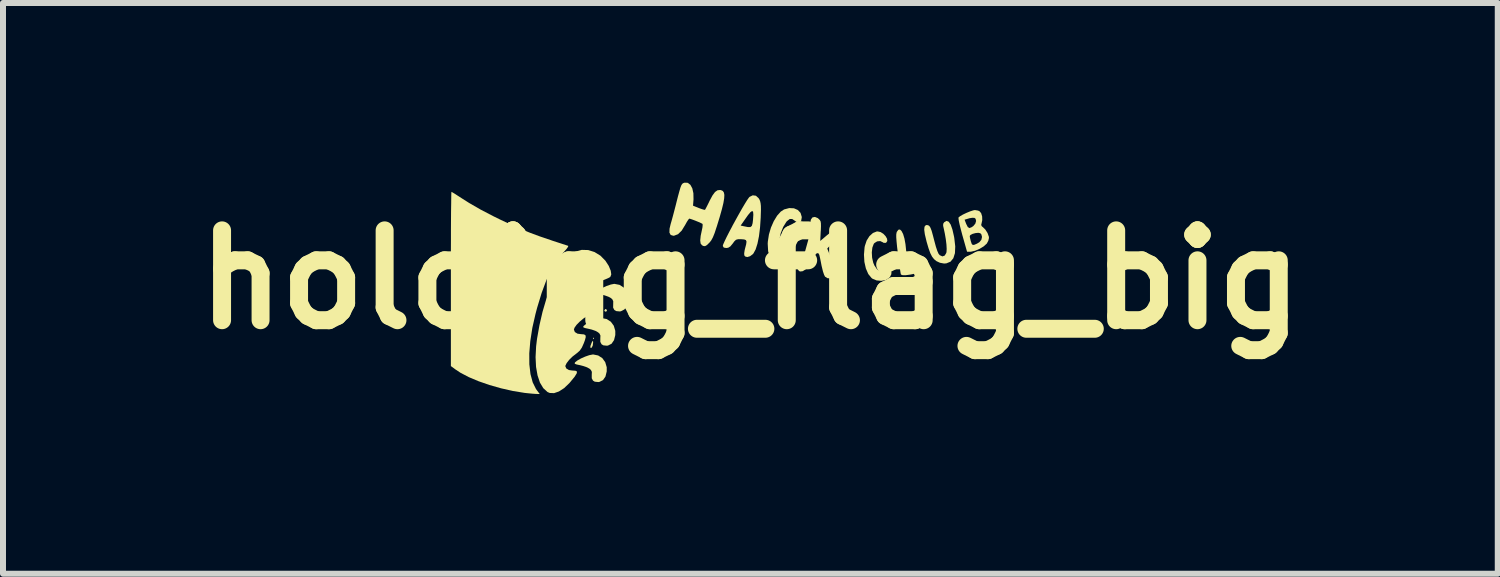
<source format=kicad_pcb>
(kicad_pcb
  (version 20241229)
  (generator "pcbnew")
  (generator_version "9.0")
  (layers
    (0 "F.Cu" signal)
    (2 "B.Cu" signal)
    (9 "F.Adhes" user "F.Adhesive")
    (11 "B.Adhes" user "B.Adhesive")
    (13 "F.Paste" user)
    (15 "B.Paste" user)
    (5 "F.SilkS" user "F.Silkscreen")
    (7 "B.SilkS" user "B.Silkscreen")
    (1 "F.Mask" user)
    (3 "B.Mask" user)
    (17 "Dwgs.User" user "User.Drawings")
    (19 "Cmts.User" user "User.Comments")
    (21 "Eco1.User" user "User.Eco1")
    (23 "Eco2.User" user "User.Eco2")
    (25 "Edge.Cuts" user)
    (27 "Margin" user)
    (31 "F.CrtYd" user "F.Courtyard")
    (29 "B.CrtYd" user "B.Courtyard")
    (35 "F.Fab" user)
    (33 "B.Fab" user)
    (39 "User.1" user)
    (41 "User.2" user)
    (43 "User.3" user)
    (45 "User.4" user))
  (footprint "holding_flag_big"
    (layer "F.Cu")
    (at 9.479 1.618)
    (property "Reference" "holding_flag_big" (at 0 0 0) (layer "F.SilkS") (effects (font (size 1.5 1.5) (thickness 0.3))))
    (attr board_only exclude_from_pos_files exclude_from_bom)
    (fp_poly (pts (xy -2.614 0.971) (xy -2.612 0.992) (xy -2.614 0.994) (xy -2.624 0.992) (xy -2.626 0.982) (xy -2.619 0.968)) (stroke (width 0) (type solid)) (fill yes) (layer "F.SilkS"))
    (fp_poly (pts (xy -2.41 0.492) (xy -2.394 0.515) (xy -2.406 0.533) (xy -2.42 0.536) (xy -2.438 0.524) (xy -2.436 0.509) (xy -2.419 0.491)) (stroke (width 0) (type solid)) (fill yes) (layer "F.SilkS"))
    (fp_poly (pts (xy -2.626 1.041) (xy -2.626 1.048) (xy -2.632 1.1) (xy -2.649 1.135) (xy -2.665 1.143) (xy -2.673 1.129) (xy -2.669 1.103) (xy -2.653 1.059) (xy -2.642 1.036) (xy -2.63 1.022)) (stroke (width 0) (type solid)) (fill yes) (layer "F.SilkS"))
    (fp_poly (pts (xy -2.542 1.267) (xy -2.473 1.311) (xy -2.424 1.379) (xy -2.399 1.463) (xy -2.399 1.533) (xy -2.42 1.619) (xy -2.461 1.678) (xy -2.52 1.708) (xy -2.538 1.711) (xy -2.598 1.705) (xy -2.628 1.687) (xy -2.649 1.648) (xy -2.649 1.591) (xy -2.647 1.541) (xy -2.663 1.509) (xy -2.686 1.488) (xy -2.728 1.465) (xy -2.791 1.443) (xy -2.841 1.43) (xy -2.899 1.418) (xy -2.929 1.407) (xy -2.935 1.395) (xy -2.926 1.38) (xy -2.889 1.351) (xy -2.829 1.317) (xy -2.759 1.286) (xy -2.69 1.262) (xy -2.634 1.251) (xy -2.626 1.25)) (stroke (width 0) (type solid)) (fill yes) (layer "F.SilkS"))
    (fp_poly (pts (xy -2.399 0.659) (xy -2.33 0.704) (xy -2.281 0.771) (xy -2.256 0.856) (xy -2.256 0.926) (xy -2.277 1.011) (xy -2.318 1.071) (xy -2.377 1.101) (xy -2.395 1.104) (xy -2.455 1.098) (xy -2.485 1.08) (xy -2.506 1.04) (xy -2.506 0.983) (xy -2.504 0.934) (xy -2.52 0.901) (xy -2.543 0.881) (xy -2.585 0.857) (xy -2.648 0.835) (xy -2.698 0.823) (xy -2.757 0.81) (xy -2.786 0.8) (xy -2.792 0.787) (xy -2.783 0.773) (xy -2.746 0.743) (xy -2.686 0.71) (xy -2.616 0.679) (xy -2.547 0.655) (xy -2.491 0.643) (xy -2.483 0.643)) (stroke (width 0) (type solid)) (fill yes) (layer "F.SilkS"))
    (fp_poly (pts (xy -2.185 0.088) (xy -2.116 0.132) (xy -2.067 0.2) (xy -2.042 0.284) (xy -2.041 0.354) (xy -2.063 0.44) (xy -2.104 0.499) (xy -2.162 0.529) (xy -2.181 0.532) (xy -2.241 0.526) (xy -2.271 0.508) (xy -2.292 0.469) (xy -2.291 0.412) (xy -2.29 0.362) (xy -2.305 0.33) (xy -2.328 0.309) (xy -2.371 0.286) (xy -2.433 0.264) (xy -2.483 0.251) (xy -2.542 0.239) (xy -2.572 0.228) (xy -2.578 0.216) (xy -2.569 0.201) (xy -2.532 0.172) (xy -2.472 0.139) (xy -2.401 0.107) (xy -2.332 0.083) (xy -2.277 0.072) (xy -2.268 0.072)) (stroke (width 0) (type solid)) (fill yes) (layer "F.SilkS"))
    (fp_poly (pts (xy 2.524 -0.81) (xy 2.55 -0.759) (xy 2.572 -0.685) (xy 2.589 -0.591) (xy 2.6 -0.487) (xy 2.605 -0.407) (xy 2.612 -0.334) (xy 2.618 -0.28) (xy 2.619 -0.27) (xy 2.628 -0.21) (xy 2.721 -0.22) (xy 2.79 -0.229) (xy 2.858 -0.239) (xy 2.88 -0.243) (xy 2.927 -0.247) (xy 2.951 -0.238) (xy 2.958 -0.224) (xy 2.959 -0.19) (xy 2.931 -0.161) (xy 2.873 -0.133) (xy 2.781 -0.107) (xy 2.775 -0.105) (xy 2.673 -0.084) (xy 2.592 -0.073) (xy 2.537 -0.074) (xy 2.513 -0.085) (xy 2.508 -0.106) (xy 2.5 -0.157) (xy 2.489 -0.232) (xy 2.477 -0.324) (xy 2.464 -0.424) (xy 2.449 -0.546) (xy 2.44 -0.638) (xy 2.435 -0.705) (xy 2.435 -0.751) (xy 2.44 -0.782) (xy 2.444 -0.796) (xy 2.47 -0.832) (xy 2.497 -0.836)) (stroke (width 0) (type solid)) (fill yes) (layer "F.SilkS"))
    (fp_poly (pts (xy 0.727 -1.19) (xy 0.792 -1.162) (xy 0.837 -1.114) (xy 0.857 -1.048) (xy 0.857 -1.036) (xy 0.847 -0.979) (xy 0.819 -0.952) (xy 0.778 -0.956) (xy 0.743 -0.981) (xy 0.697 -1.012) (xy 0.656 -1.011) (xy 0.612 -0.977) (xy 0.601 -0.965) (xy 0.548 -0.88) (xy 0.506 -0.774) (xy 0.481 -0.658) (xy 0.475 -0.587) (xy 0.48 -0.501) (xy 0.499 -0.443) (xy 0.537 -0.405) (xy 0.598 -0.382) (xy 0.604 -0.38) (xy 0.657 -0.357) (xy 0.677 -0.323) (xy 0.662 -0.281) (xy 0.633 -0.252) (xy 0.577 -0.221) (xy 0.518 -0.219) (xy 0.454 -0.24) (xy 0.379 -0.291) (xy 0.326 -0.369) (xy 0.296 -0.473) (xy 0.289 -0.6) (xy 0.291 -0.634) (xy 0.309 -0.752) (xy 0.343 -0.868) (xy 0.39 -0.975) (xy 0.446 -1.067) (xy 0.507 -1.135) (xy 0.562 -1.171) (xy 0.648 -1.194)) (stroke (width 0) (type solid)) (fill yes) (layer "F.SilkS"))
    (fp_poly (pts (xy 2.174 -0.793) (xy 2.22 -0.764) (xy 2.257 -0.725) (xy 2.281 -0.683) (xy 2.286 -0.645) (xy 2.267 -0.617) (xy 2.258 -0.613) (xy 2.223 -0.614) (xy 2.21 -0.623) (xy 2.167 -0.643) (xy 2.116 -0.638) (xy 2.071 -0.61) (xy 2.059 -0.595) (xy 2.036 -0.534) (xy 2.027 -0.454) (xy 2.032 -0.365) (xy 2.051 -0.281) (xy 2.07 -0.236) (xy 2.113 -0.173) (xy 2.162 -0.142) (xy 2.225 -0.142) (xy 2.247 -0.147) (xy 2.295 -0.155) (xy 2.331 -0.154) (xy 2.333 -0.154) (xy 2.355 -0.129) (xy 2.353 -0.09) (xy 2.33 -0.044) (xy 2.314 -0.026) (xy 2.257 0.008) (xy 2.184 0.021) (xy 2.107 0.014) (xy 2.039 -0.014) (xy 2.022 -0.027) (xy 1.968 -0.093) (xy 1.928 -0.185) (xy 1.903 -0.295) (xy 1.896 -0.415) (xy 1.906 -0.537) (xy 1.911 -0.562) (xy 1.941 -0.652) (xy 1.988 -0.726) (xy 2.046 -0.778) (xy 2.109 -0.803) (xy 2.125 -0.804)) (stroke (width 0) (type solid)) (fill yes) (layer "F.SilkS"))
    (fp_poly (pts (xy 3.311 -0.966) (xy 3.344 -0.918) (xy 3.373 -0.835) (xy 3.4 -0.717) (xy 3.404 -0.693) (xy 3.42 -0.554) (xy 3.415 -0.441) (xy 3.388 -0.356) (xy 3.341 -0.299) (xy 3.272 -0.271) (xy 3.233 -0.268) (xy 3.164 -0.281) (xy 3.106 -0.308) (xy 3.066 -0.341) (xy 3.033 -0.383) (xy 3.003 -0.442) (xy 2.974 -0.523) (xy 2.942 -0.632) (xy 2.938 -0.649) (xy 2.912 -0.757) (xy 2.902 -0.834) (xy 2.907 -0.883) (xy 2.928 -0.908) (xy 2.945 -0.911) (xy 2.969 -0.907) (xy 2.989 -0.893) (xy 3.007 -0.864) (xy 3.026 -0.814) (xy 3.047 -0.738) (xy 3.069 -0.653) (xy 3.097 -0.549) (xy 3.121 -0.477) (xy 3.142 -0.43) (xy 3.162 -0.407) (xy 3.206 -0.387) (xy 3.244 -0.401) (xy 3.27 -0.444) (xy 3.274 -0.461) (xy 3.277 -0.512) (xy 3.273 -0.587) (xy 3.262 -0.676) (xy 3.246 -0.769) (xy 3.23 -0.844) (xy 3.218 -0.898) (xy 3.219 -0.931) (xy 3.233 -0.954) (xy 3.237 -0.958) (xy 3.275 -0.98)) (stroke (width 0) (type solid)) (fill yes) (layer "F.SilkS"))
    (fp_poly (pts (xy 1.124 -1.027) (xy 1.138 -1.015) (xy 1.159 -0.994) (xy 1.172 -0.971) (xy 1.177 -0.939) (xy 1.178 -0.888) (xy 1.175 -0.811) (xy 1.174 -0.809) (xy 1.166 -0.645) (xy 1.279 -0.741) (xy 1.359 -0.805) (xy 1.418 -0.842) (xy 1.458 -0.853) (xy 1.482 -0.841) (xy 1.482 -0.84) (xy 1.49 -0.799) (xy 1.47 -0.744) (xy 1.421 -0.673) (xy 1.381 -0.626) (xy 1.283 -0.518) (xy 1.331 -0.398) (xy 1.361 -0.31) (xy 1.382 -0.221) (xy 1.391 -0.142) (xy 1.389 -0.08) (xy 1.376 -0.045) (xy 1.336 -0.021) (xy 1.287 -0.023) (xy 1.246 -0.049) (xy 1.23 -0.081) (xy 1.211 -0.137) (xy 1.194 -0.207) (xy 1.188 -0.232) (xy 1.174 -0.305) (xy 1.161 -0.368) (xy 1.151 -0.409) (xy 1.149 -0.416) (xy 1.132 -0.442) (xy 1.106 -0.438) (xy 1.078 -0.406) (xy 1.058 -0.366) (xy 1.02 -0.288) (xy 0.973 -0.221) (xy 0.922 -0.17) (xy 0.873 -0.14) (xy 0.83 -0.135) (xy 0.811 -0.144) (xy 0.79 -0.173) (xy 0.791 -0.213) (xy 0.814 -0.269) (xy 0.833 -0.304) (xy 0.914 -0.475) (xy 0.965 -0.659) (xy 0.985 -0.795) (xy 0.993 -0.874) (xy 1.001 -0.942) (xy 1.007 -0.989) (xy 1.011 -1.004) (xy 1.036 -1.038) (xy 1.077 -1.046)) (stroke (width 0) (type solid)) (fill yes) (layer "F.SilkS"))
    (fp_poly (pts (xy -4.973 -1.455) (xy -4.933 -1.431) (xy -4.881 -1.397) (xy -4.88 -1.396) (xy -4.699 -1.281) (xy -4.505 -1.169) (xy -4.288 -1.056) (xy -4.176 -1.001) (xy -3.996 -0.916) (xy -3.833 -0.844) (xy -3.678 -0.781) (xy -3.516 -0.721) (xy -3.336 -0.66) (xy -3.305 -0.649) (xy -3.216 -0.62) (xy -3.139 -0.595) (xy -3.081 -0.576) (xy -3.047 -0.565) (xy -3.042 -0.563) (xy -3.044 -0.548) (xy -3.068 -0.514) (xy -3.108 -0.468) (xy -3.133 -0.441) (xy -3.229 -0.325) (xy -3.32 -0.176) (xy -3.405 0.006) (xy -3.485 0.221) (xy -3.561 0.471) (xy -3.588 0.573) (xy -3.641 0.806) (xy -3.675 1.026) (xy -3.692 1.23) (xy -3.691 1.415) (xy -3.672 1.578) (xy -3.635 1.716) (xy -3.58 1.827) (xy -3.564 1.849) (xy -3.517 1.911) (xy -3.585 1.909) (xy -3.64 1.905) (xy -3.712 1.898) (xy -3.769 1.892) (xy -3.965 1.86) (xy -4.164 1.815) (xy -4.357 1.76) (xy -4.539 1.697) (xy -4.703 1.628) (xy -4.842 1.555) (xy -4.925 1.5) (xy -5.001 1.444) (xy -5.001 -0.01) (xy -5.001 -0.235) (xy -5.001 -0.449) (xy -5 -0.649) (xy -5 -0.834) (xy -4.999 -1) (xy -4.998 -1.145) (xy -4.996 -1.267) (xy -4.995 -1.361) (xy -4.994 -1.427) (xy -4.992 -1.461) (xy -4.991 -1.465)) (stroke (width 0) (type solid)) (fill yes) (layer "F.SilkS"))
    (fp_poly (pts (xy 0.092 -1.4) (xy 0.136 -1.36) (xy 0.149 -1.34) (xy 0.162 -1.31) (xy 0.17 -1.275) (xy 0.175 -1.23) (xy 0.176 -1.166) (xy 0.173 -1.076) (xy 0.172 -1.036) (xy 0.161 -0.871) (xy 0.143 -0.724) (xy 0.118 -0.601) (xy 0.087 -0.503) (xy 0.051 -0.437) (xy 0.041 -0.425) (xy -0.006 -0.39) (xy -0.052 -0.376) (xy -0.088 -0.386) (xy -0.102 -0.405) (xy -0.104 -0.439) (xy -0.096 -0.491) (xy -0.09 -0.516) (xy -0.071 -0.589) (xy -0.065 -0.634) (xy -0.075 -0.659) (xy -0.103 -0.67) (xy -0.152 -0.674) (xy -0.206 -0.674) (xy -0.24 -0.665) (xy -0.268 -0.639) (xy -0.295 -0.602) (xy -0.335 -0.554) (xy -0.37 -0.532) (xy -0.403 -0.527) (xy -0.444 -0.534) (xy -0.46 -0.559) (xy -0.461 -0.563) (xy -0.454 -0.589) (xy -0.431 -0.64) (xy -0.397 -0.711) (xy -0.353 -0.797) (xy -0.302 -0.893) (xy -0.298 -0.902) (xy -0.163 -0.902) (xy -0.113 -0.891) (xy -0.043 -0.877) (xy 0.000414 -0.877) (xy 0.024 -0.897) (xy 0.037 -0.943) (xy 0.044 -1.003) (xy 0.049 -1.083) (xy 0.045 -1.131) (xy 0.03 -1.145) (xy 0.002 -1.127) (xy -0.04 -1.077) (xy -0.071 -1.033) (xy -0.163 -0.902) (xy -0.298 -0.902) (xy -0.248 -0.993) (xy -0.193 -1.092) (xy -0.141 -1.184) (xy -0.093 -1.265) (xy -0.054 -1.328) (xy -0.025 -1.369) (xy -0.014 -1.381) (xy 0.039 -1.407)) (stroke (width 0) (type solid)) (fill yes) (layer "F.SilkS"))
    (fp_poly (pts (xy 3.797 -1.153) (xy 3.823 -1.143) (xy 3.852 -1.11) (xy 3.869 -1.055) (xy 3.871 -0.993) (xy 3.862 -0.95) (xy 3.853 -0.911) (xy 3.866 -0.887) (xy 3.879 -0.878) (xy 3.921 -0.837) (xy 3.959 -0.778) (xy 3.981 -0.717) (xy 3.983 -0.695) (xy 3.972 -0.648) (xy 3.946 -0.6) (xy 3.944 -0.599) (xy 3.897 -0.556) (xy 3.828 -0.514) (xy 3.753 -0.482) (xy 3.685 -0.466) (xy 3.671 -0.465) (xy 3.617 -0.465) (xy 3.543 -0.727) (xy 3.662 -0.727) (xy 3.666 -0.697) (xy 3.678 -0.649) (xy 3.681 -0.638) (xy 3.696 -0.594) (xy 3.714 -0.578) (xy 3.739 -0.581) (xy 3.783 -0.6) (xy 3.823 -0.624) (xy 3.856 -0.664) (xy 3.867 -0.712) (xy 3.856 -0.755) (xy 3.838 -0.774) (xy 3.804 -0.781) (xy 3.757 -0.776) (xy 3.709 -0.763) (xy 3.673 -0.744) (xy 3.662 -0.727) (xy 3.543 -0.727) (xy 3.539 -0.74) (xy 3.514 -0.835) (xy 3.493 -0.918) (xy 3.479 -0.984) (xy 3.477 -1) (xy 3.576 -1) (xy 3.603 -0.929) (xy 3.629 -0.878) (xy 3.656 -0.86) (xy 3.693 -0.874) (xy 3.722 -0.894) (xy 3.755 -0.934) (xy 3.768 -0.978) (xy 3.76 -1.015) (xy 3.741 -1.03) (xy 3.706 -1.032) (xy 3.656 -1.024) (xy 3.644 -1.02) (xy 3.576 -1) (xy 3.477 -1) (xy 3.474 -1.026) (xy 3.474 -1.036) (xy 3.499 -1.057) (xy 3.547 -1.085) (xy 3.608 -1.114) (xy 3.669 -1.139) (xy 3.721 -1.156) (xy 3.748 -1.161)) (stroke (width 0) (type solid)) (fill yes) (layer "F.SilkS"))
    (fp_poly (pts (xy -1.046 -1.616) (xy -1.002 -1.582) (xy -0.97 -1.523) (xy -0.952 -1.442) (xy -0.95 -1.343) (xy -0.95 -1.338) (xy -0.958 -1.234) (xy -0.862 -1.195) (xy -0.809 -1.176) (xy -0.771 -1.165) (xy -0.758 -1.165) (xy -0.747 -1.184) (xy -0.724 -1.228) (xy -0.694 -1.288) (xy -0.68 -1.318) (xy -0.633 -1.405) (xy -0.591 -1.462) (xy -0.55 -1.491) (xy -0.506 -1.496) (xy -0.49 -1.493) (xy -0.461 -1.48) (xy -0.443 -1.454) (xy -0.435 -1.414) (xy -0.438 -1.357) (xy -0.451 -1.278) (xy -0.476 -1.175) (xy -0.513 -1.044) (xy -0.562 -0.884) (xy -0.565 -0.876) (xy -0.597 -0.778) (xy -0.626 -0.706) (xy -0.653 -0.656) (xy -0.683 -0.618) (xy -0.688 -0.613) (xy -0.729 -0.574) (xy -0.758 -0.558) (xy -0.785 -0.561) (xy -0.808 -0.573) (xy -0.831 -0.601) (xy -0.838 -0.653) (xy -0.83 -0.732) (xy -0.813 -0.812) (xy -0.801 -0.87) (xy -0.797 -0.913) (xy -0.8 -0.93) (xy -0.824 -0.943) (xy -0.869 -0.963) (xy -0.923 -0.985) (xy -0.974 -1.004) (xy -1.011 -1.016) (xy -1.02 -1.018) (xy -1.035 -1.003) (xy -1.06 -0.965) (xy -1.089 -0.913) (xy -1.147 -0.818) (xy -1.208 -0.758) (xy -1.273 -0.733) (xy -1.288 -0.732) (xy -1.331 -0.745) (xy -1.352 -0.784) (xy -1.35 -0.85) (xy -1.332 -0.926) (xy -1.316 -0.981) (xy -1.294 -1.061) (xy -1.269 -1.156) (xy -1.243 -1.256) (xy -1.238 -1.277) (xy -1.209 -1.391) (xy -1.186 -1.475) (xy -1.169 -1.534) (xy -1.154 -1.573) (xy -1.139 -1.597) (xy -1.124 -1.609) (xy -1.105 -1.616) (xy -1.098 -1.618)) (stroke (width 0) (type solid)) (fill yes) (layer "F.SilkS"))
    (fp_poly (pts (xy -2.708 -0.493) (xy -2.603 -0.46) (xy -2.505 -0.4) (xy -2.421 -0.315) (xy -2.365 -0.228) (xy -2.332 -0.148) (xy -2.323 -0.086) (xy -2.339 -0.045) (xy -2.344 -0.041) (xy -2.373 -0.025) (xy -2.422 -0.004) (xy -2.455 0.009) (xy -2.514 0.038) (xy -2.578 0.082) (xy -2.639 0.134) (xy -2.69 0.187) (xy -2.724 0.235) (xy -2.733 0.264) (xy -2.717 0.305) (xy -2.672 0.331) (xy -2.614 0.341) (xy -2.554 0.345) (xy -2.524 0.361) (xy -2.52 0.393) (xy -2.537 0.45) (xy -2.54 0.456) (xy -2.563 0.511) (xy -2.59 0.543) (xy -2.631 0.566) (xy -2.664 0.578) (xy -2.724 0.607) (xy -2.789 0.651) (xy -2.851 0.703) (xy -2.903 0.756) (xy -2.937 0.804) (xy -2.947 0.835) (xy -2.931 0.876) (xy -2.887 0.903) (xy -2.828 0.911) (xy -2.779 0.915) (xy -2.754 0.929) (xy -2.749 0.959) (xy -2.763 1.012) (xy -2.781 1.061) (xy -2.814 1.135) (xy -2.848 1.185) (xy -2.891 1.224) (xy -2.903 1.233) (xy -2.969 1.284) (xy -3.026 1.34) (xy -3.068 1.394) (xy -3.089 1.438) (xy -3.09 1.447) (xy -3.074 1.484) (xy -3.031 1.51) (xy -2.977 1.518) (xy -2.92 1.522) (xy -2.895 1.536) (xy -2.9 1.566) (xy -2.931 1.616) (xy -2.933 1.62) (xy -3.022 1.728) (xy -3.11 1.812) (xy -3.197 1.868) (xy -3.278 1.896) (xy -3.351 1.893) (xy -3.388 1.877) (xy -3.458 1.813) (xy -3.514 1.72) (xy -3.554 1.6) (xy -3.579 1.458) (xy -3.587 1.295) (xy -3.578 1.116) (xy -3.563 0.991) (xy -3.522 0.761) (xy -3.471 0.54) (xy -3.41 0.332) (xy -3.342 0.141) (xy -3.268 -0.03) (xy -3.189 -0.179) (xy -3.106 -0.303) (xy -3.021 -0.397) (xy -2.935 -0.459) (xy -2.92 -0.467) (xy -2.816 -0.496)) (stroke (width 0) (type solid)) (fill yes) (layer "F.SilkS")))
  (gr_rect
    (start -3 -3)
    (end 21.957 6.529)
    (stroke (width 0.1) (type default))
    (fill no)
    (layer "Edge.Cuts")))
</source>
